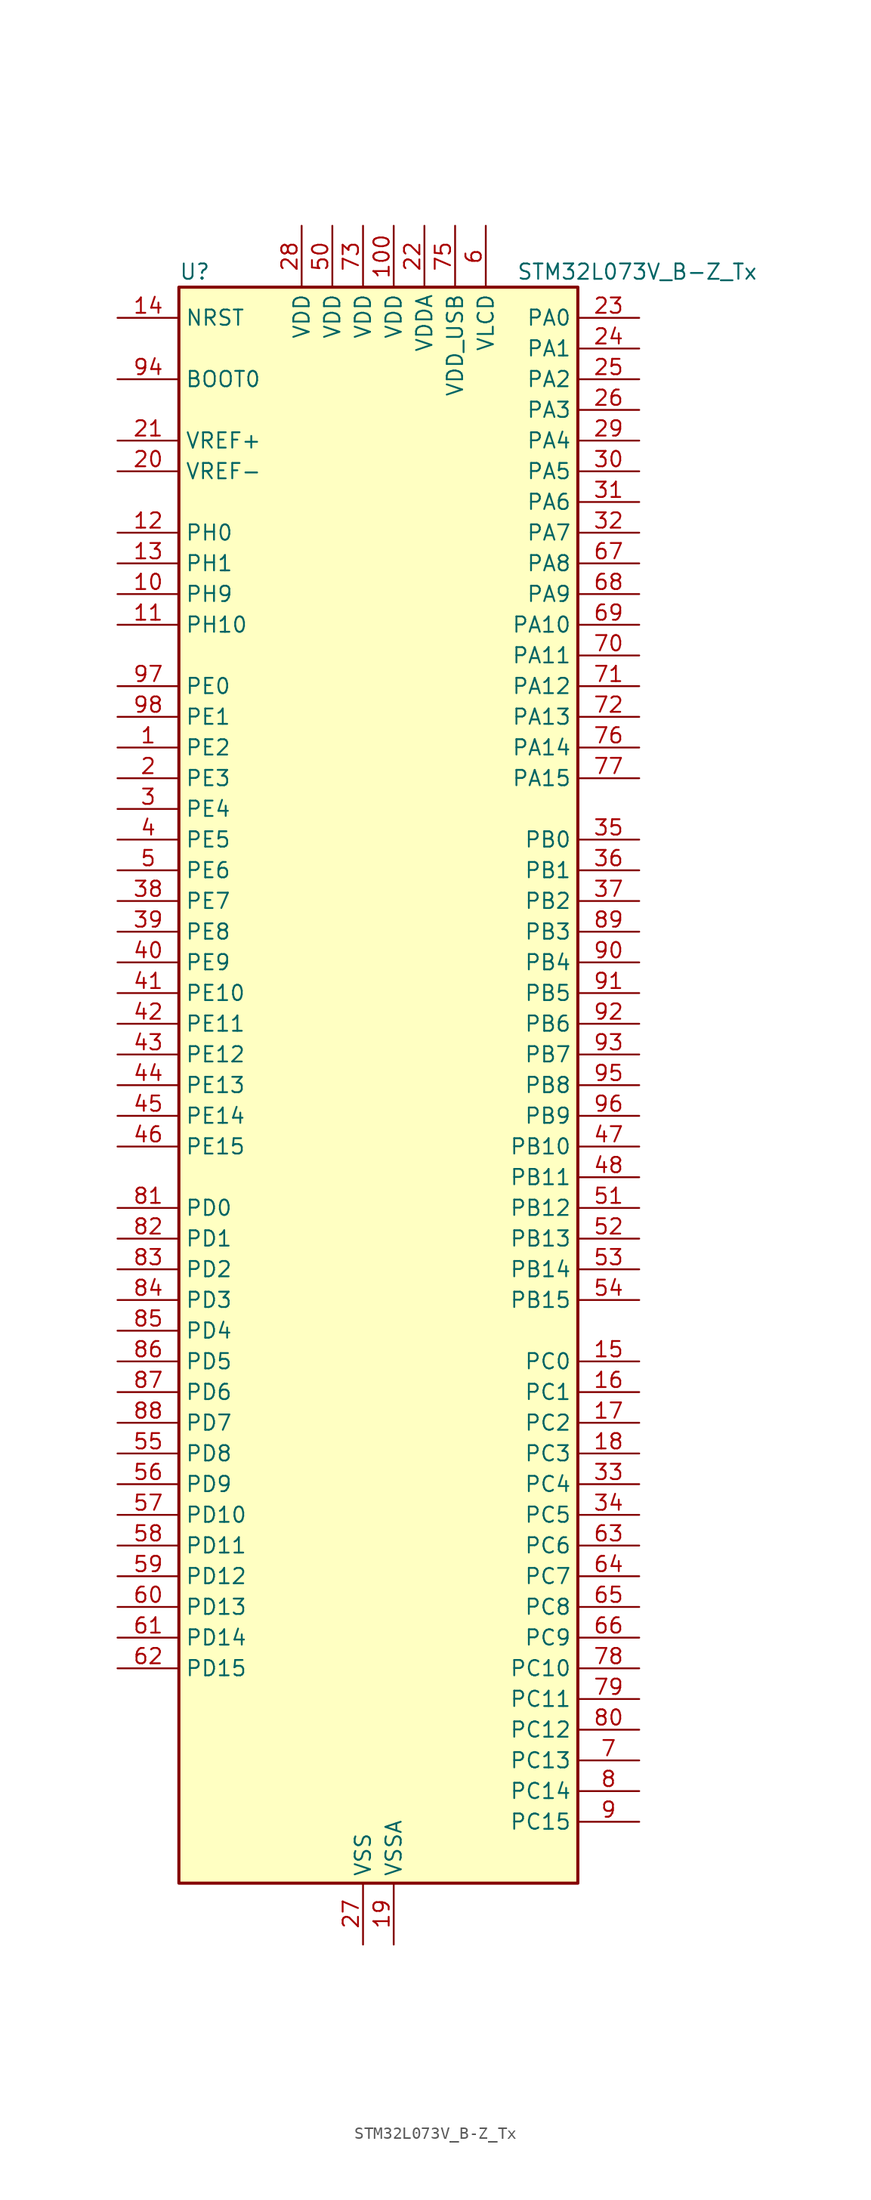
<source format=kicad_sym>
(kicad_symbol_lib
  (version 20220914)
  (generator kicad_symbol_editor)
  (symbol "STM32L073V_B-Z_Tx"
    (property "Reference" "U"
      (at -15.24 67.31 0)
      (effects (font (size 1.27 1.27)) (justify left)))
    (property "Value" "STM32L073V_B-Z_Tx"
      (at 12.7 67.31 0)
      (effects (font (size 1.27 1.27)) (justify left)))
    (property "ki_locked" ""
      (at 0 0 0)
      (effects (font (size 1.27 1.27))))
    (symbol "STM32L073V_B-Z_Tx_0_1"
      (rectangle (start -15.24 -66.04) (end 17.78 66.04) (stroke (width 0.254) (type default)) (fill (type background))))
    (symbol "STM32L073V_B-Z_Tx_1_1"
      (pin bidirectional line (at -20.32 27.94 0) (length 5.08) (name "PE2" (effects (font (size 1.27 1.27)))) (number "1" (effects (font (size 1.27 1.27)))) (alternate "LCD_SEG38" bidirectional line) (alternate "TIM3_ETR" bidirectional line))
      (pin bidirectional line (at -20.32 40.64 0) (length 5.08) (name "PH9" (effects (font (size 1.27 1.27)))) (number "10" (effects (font (size 1.27 1.27)))) (alternate "DAC_EXTI9" bidirectional line))
      (pin power_in line (at 2.54 71.12 270) (length 5.08) (name "VDD" (effects (font (size 1.27 1.27)))) (number "100" (effects (font (size 1.27 1.27)))))
      (pin bidirectional line (at -20.32 38.1 0) (length 5.08) (name "PH10" (effects (font (size 1.27 1.27)))) (number "11" (effects (font (size 1.27 1.27)))))
      (pin bidirectional line (at -20.32 45.72 0) (length 5.08) (name "PH0" (effects (font (size 1.27 1.27)))) (number "12" (effects (font (size 1.27 1.27)))) (alternate "CRS_SYNC" bidirectional line) (alternate "RCC_OSC_IN" bidirectional line))
      (pin bidirectional line (at -20.32 43.18 0) (length 5.08) (name "PH1" (effects (font (size 1.27 1.27)))) (number "13" (effects (font (size 1.27 1.27)))) (alternate "RCC_OSC_OUT" bidirectional line))
      (pin input line (at -20.32 63.5 0) (length 5.08) (name "NRST" (effects (font (size 1.27 1.27)))) (number "14" (effects (font (size 1.27 1.27)))))
      (pin bidirectional line (at 22.86 -22.86 180) (length 5.08) (name "PC0" (effects (font (size 1.27 1.27)))) (number "15" (effects (font (size 1.27 1.27)))) (alternate "ADC_IN10" bidirectional line) (alternate "I2C3_SCL" bidirectional line) (alternate "LCD_SEG18" bidirectional line) (alternate "LPTIM1_IN1" bidirectional line) (alternate "LPUART1_RX" bidirectional line) (alternate "TSC_G7_IO1" bidirectional line))
      (pin bidirectional line (at 22.86 -25.4 180) (length 5.08) (name "PC1" (effects (font (size 1.27 1.27)))) (number "16" (effects (font (size 1.27 1.27)))) (alternate "ADC_IN11" bidirectional line) (alternate "I2C3_SDA" bidirectional line) (alternate "LCD_SEG19" bidirectional line) (alternate "LPTIM1_OUT" bidirectional line) (alternate "LPUART1_TX" bidirectional line) (alternate "TSC_G7_IO2" bidirectional line))
      (pin bidirectional line (at 22.86 -27.94 180) (length 5.08) (name "PC2" (effects (font (size 1.27 1.27)))) (number "17" (effects (font (size 1.27 1.27)))) (alternate "ADC_IN12" bidirectional line) (alternate "I2S2_MCK" bidirectional line) (alternate "LCD_SEG20" bidirectional line) (alternate "LPTIM1_IN2" bidirectional line) (alternate "SPI2_MISO" bidirectional line) (alternate "TSC_G7_IO3" bidirectional line))
      (pin bidirectional line (at 22.86 -30.48 180) (length 5.08) (name "PC3" (effects (font (size 1.27 1.27)))) (number "18" (effects (font (size 1.27 1.27)))) (alternate "ADC_IN13" bidirectional line) (alternate "I2S2_SD" bidirectional line) (alternate "LCD_SEG21" bidirectional line) (alternate "LPTIM1_ETR" bidirectional line) (alternate "SPI2_MOSI" bidirectional line) (alternate "TSC_G7_IO4" bidirectional line))
      (pin power_in line (at 2.54 -71.12 90) (length 5.08) (name "VSSA" (effects (font (size 1.27 1.27)))) (number "19" (effects (font (size 1.27 1.27)))))
      (pin bidirectional line (at -20.32 25.4 0) (length 5.08) (name "PE3" (effects (font (size 1.27 1.27)))) (number "2" (effects (font (size 1.27 1.27)))) (alternate "LCD_SEG39" bidirectional line) (alternate "TIM22_CH1" bidirectional line) (alternate "TIM3_CH1" bidirectional line))
      (pin input line (at -20.32 50.8 0) (length 5.08) (name "VREF-" (effects (font (size 1.27 1.27)))) (number "20" (effects (font (size 1.27 1.27)))))
      (pin input line (at -20.32 53.34 0) (length 5.08) (name "VREF+" (effects (font (size 1.27 1.27)))) (number "21" (effects (font (size 1.27 1.27)))))
      (pin power_in line (at 5.08 71.12 270) (length 5.08) (name "VDDA" (effects (font (size 1.27 1.27)))) (number "22" (effects (font (size 1.27 1.27)))))
      (pin bidirectional line (at 22.86 63.5 180) (length 5.08) (name "PA0" (effects (font (size 1.27 1.27)))) (number "23" (effects (font (size 1.27 1.27)))) (alternate "ADC_IN0" bidirectional line) (alternate "COMP1_INM" bidirectional line) (alternate "COMP1_OUT" bidirectional line) (alternate "RTC_TAMP2" bidirectional line) (alternate "SYS_WKUP1" bidirectional line) (alternate "TIM2_CH1" bidirectional line) (alternate "TIM2_ETR" bidirectional line) (alternate "TSC_G1_IO1" bidirectional line) (alternate "USART2_CTS" bidirectional line) (alternate "USART4_TX" bidirectional line))
      (pin bidirectional line (at 22.86 60.96 180) (length 5.08) (name "PA1" (effects (font (size 1.27 1.27)))) (number "24" (effects (font (size 1.27 1.27)))) (alternate "ADC_IN1" bidirectional line) (alternate "COMP1_INP" bidirectional line) (alternate "LCD_SEG0" bidirectional line) (alternate "TIM21_ETR" bidirectional line) (alternate "TIM2_CH2" bidirectional line) (alternate "TSC_G1_IO2" bidirectional line) (alternate "USART2_DE" bidirectional line) (alternate "USART2_RTS" bidirectional line) (alternate "USART4_RX" bidirectional line))
      (pin bidirectional line (at 22.86 58.42 180) (length 5.08) (name "PA2" (effects (font (size 1.27 1.27)))) (number "25" (effects (font (size 1.27 1.27)))) (alternate "ADC_IN2" bidirectional line) (alternate "COMP2_INM" bidirectional line) (alternate "COMP2_OUT" bidirectional line) (alternate "LCD_SEG1" bidirectional line) (alternate "LPUART1_TX" bidirectional line) (alternate "TIM21_CH1" bidirectional line) (alternate "TIM2_CH3" bidirectional line) (alternate "TSC_G1_IO3" bidirectional line) (alternate "USART2_TX" bidirectional line))
      (pin bidirectional line (at 22.86 55.88 180) (length 5.08) (name "PA3" (effects (font (size 1.27 1.27)))) (number "26" (effects (font (size 1.27 1.27)))) (alternate "ADC_IN3" bidirectional line) (alternate "COMP2_INP" bidirectional line) (alternate "LCD_SEG2" bidirectional line) (alternate "LPUART1_RX" bidirectional line) (alternate "TIM21_CH2" bidirectional line) (alternate "TIM2_CH4" bidirectional line) (alternate "TSC_G1_IO4" bidirectional line) (alternate "USART2_RX" bidirectional line))
      (pin power_in line (at 0 -71.12 90) (length 5.08) (name "VSS" (effects (font (size 1.27 1.27)))) (number "27" (effects (font (size 1.27 1.27)))))
      (pin power_in line (at -5.08 71.12 270) (length 5.08) (name "VDD" (effects (font (size 1.27 1.27)))) (number "28" (effects (font (size 1.27 1.27)))))
      (pin bidirectional line (at 22.86 53.34 180) (length 5.08) (name "PA4" (effects (font (size 1.27 1.27)))) (number "29" (effects (font (size 1.27 1.27)))) (alternate "ADC_IN4" bidirectional line) (alternate "COMP1_INM" bidirectional line) (alternate "COMP2_INM" bidirectional line) (alternate "DAC_OUT1" bidirectional line) (alternate "SPI1_NSS" bidirectional line) (alternate "TIM22_ETR" bidirectional line) (alternate "TSC_G2_IO1" bidirectional line) (alternate "USART2_CK" bidirectional line))
      (pin bidirectional line (at -20.32 22.86 0) (length 5.08) (name "PE4" (effects (font (size 1.27 1.27)))) (number "3" (effects (font (size 1.27 1.27)))) (alternate "TIM22_CH2" bidirectional line) (alternate "TIM3_CH2" bidirectional line))
      (pin bidirectional line (at 22.86 50.8 180) (length 5.08) (name "PA5" (effects (font (size 1.27 1.27)))) (number "30" (effects (font (size 1.27 1.27)))) (alternate "ADC_IN5" bidirectional line) (alternate "COMP1_INM" bidirectional line) (alternate "COMP2_INM" bidirectional line) (alternate "DAC_OUT2" bidirectional line) (alternate "SPI1_SCK" bidirectional line) (alternate "TIM2_CH1" bidirectional line) (alternate "TIM2_ETR" bidirectional line) (alternate "TSC_G2_IO2" bidirectional line))
      (pin bidirectional line (at 22.86 48.26 180) (length 5.08) (name "PA6" (effects (font (size 1.27 1.27)))) (number "31" (effects (font (size 1.27 1.27)))) (alternate "ADC_IN6" bidirectional line) (alternate "COMP1_OUT" bidirectional line) (alternate "LCD_SEG3" bidirectional line) (alternate "LPUART1_CTS" bidirectional line) (alternate "SPI1_MISO" bidirectional line) (alternate "TIM22_CH1" bidirectional line) (alternate "TIM3_CH1" bidirectional line) (alternate "TSC_G2_IO3" bidirectional line))
      (pin bidirectional line (at 22.86 45.72 180) (length 5.08) (name "PA7" (effects (font (size 1.27 1.27)))) (number "32" (effects (font (size 1.27 1.27)))) (alternate "ADC_IN7" bidirectional line) (alternate "COMP2_OUT" bidirectional line) (alternate "LCD_SEG4" bidirectional line) (alternate "SPI1_MOSI" bidirectional line) (alternate "TIM22_CH2" bidirectional line) (alternate "TIM3_CH2" bidirectional line) (alternate "TSC_G2_IO4" bidirectional line))
      (pin bidirectional line (at 22.86 -33.02 180) (length 5.08) (name "PC4" (effects (font (size 1.27 1.27)))) (number "33" (effects (font (size 1.27 1.27)))) (alternate "ADC_IN14" bidirectional line) (alternate "LCD_SEG22" bidirectional line) (alternate "LPUART1_TX" bidirectional line))
      (pin bidirectional line (at 22.86 -35.56 180) (length 5.08) (name "PC5" (effects (font (size 1.27 1.27)))) (number "34" (effects (font (size 1.27 1.27)))) (alternate "ADC_IN15" bidirectional line) (alternate "LCD_SEG23" bidirectional line) (alternate "LPUART1_RX" bidirectional line) (alternate "TSC_G3_IO1" bidirectional line))
      (pin bidirectional line (at 22.86 20.32 180) (length 5.08) (name "PB0" (effects (font (size 1.27 1.27)))) (number "35" (effects (font (size 1.27 1.27)))) (alternate "ADC_IN8" bidirectional line) (alternate "LCD_SEG5" bidirectional line) (alternate "LCD_VLCD3" bidirectional line) (alternate "SYS_VREF_OUT_PB0" bidirectional line) (alternate "TIM3_CH3" bidirectional line) (alternate "TSC_G3_IO2" bidirectional line))
      (pin bidirectional line (at 22.86 17.78 180) (length 5.08) (name "PB1" (effects (font (size 1.27 1.27)))) (number "36" (effects (font (size 1.27 1.27)))) (alternate "ADC_IN9" bidirectional line) (alternate "LCD_SEG6" bidirectional line) (alternate "LPUART1_DE" bidirectional line) (alternate "LPUART1_RTS" bidirectional line) (alternate "SYS_VREF_OUT_PB1" bidirectional line) (alternate "TIM3_CH4" bidirectional line) (alternate "TSC_G3_IO3" bidirectional line))
      (pin bidirectional line (at 22.86 15.24 180) (length 5.08) (name "PB2" (effects (font (size 1.27 1.27)))) (number "37" (effects (font (size 1.27 1.27)))) (alternate "I2C3_SMBA" bidirectional line) (alternate "LCD_VLCD2" bidirectional line) (alternate "LPTIM1_OUT" bidirectional line) (alternate "TSC_G3_IO4" bidirectional line))
      (pin bidirectional line (at -20.32 15.24 0) (length 5.08) (name "PE7" (effects (font (size 1.27 1.27)))) (number "38" (effects (font (size 1.27 1.27)))) (alternate "LCD_SEG45" bidirectional line) (alternate "USART5_CK" bidirectional line) (alternate "USART5_DE" bidirectional line) (alternate "USART5_RTS" bidirectional line))
      (pin bidirectional line (at -20.32 12.7 0) (length 5.08) (name "PE8" (effects (font (size 1.27 1.27)))) (number "39" (effects (font (size 1.27 1.27)))) (alternate "LCD_SEG46" bidirectional line) (alternate "USART4_TX" bidirectional line))
      (pin bidirectional line (at -20.32 20.32 0) (length 5.08) (name "PE5" (effects (font (size 1.27 1.27)))) (number "4" (effects (font (size 1.27 1.27)))) (alternate "TIM21_CH1" bidirectional line) (alternate "TIM3_CH3" bidirectional line))
      (pin bidirectional line (at -20.32 10.16 0) (length 5.08) (name "PE9" (effects (font (size 1.27 1.27)))) (number "40" (effects (font (size 1.27 1.27)))) (alternate "DAC_EXTI9" bidirectional line) (alternate "LCD_SEG47" bidirectional line) (alternate "TIM2_CH1" bidirectional line) (alternate "TIM2_ETR" bidirectional line) (alternate "USART4_RX" bidirectional line))
      (pin bidirectional line (at -20.32 7.62 0) (length 5.08) (name "PE10" (effects (font (size 1.27 1.27)))) (number "41" (effects (font (size 1.27 1.27)))) (alternate "LCD_SEG40" bidirectional line) (alternate "TIM2_CH2" bidirectional line) (alternate "USART5_TX" bidirectional line))
      (pin bidirectional line (at -20.32 5.08 0) (length 5.08) (name "PE11" (effects (font (size 1.27 1.27)))) (number "42" (effects (font (size 1.27 1.27)))) (alternate "ADC_EXTI11" bidirectional line) (alternate "LCD_VLCD1" bidirectional line) (alternate "TIM2_CH3" bidirectional line) (alternate "USART5_RX" bidirectional line))
      (pin bidirectional line (at -20.32 2.54 0) (length 5.08) (name "PE12" (effects (font (size 1.27 1.27)))) (number "43" (effects (font (size 1.27 1.27)))) (alternate "LCD_VLCD3" bidirectional line) (alternate "SPI1_NSS" bidirectional line) (alternate "TIM2_CH4" bidirectional line))
      (pin bidirectional line (at -20.32 0 0) (length 5.08) (name "PE13" (effects (font (size 1.27 1.27)))) (number "44" (effects (font (size 1.27 1.27)))) (alternate "LCD_SEG41" bidirectional line) (alternate "SPI1_SCK" bidirectional line))
      (pin bidirectional line (at -20.32 -2.54 0) (length 5.08) (name "PE14" (effects (font (size 1.27 1.27)))) (number "45" (effects (font (size 1.27 1.27)))) (alternate "LCD_SEG42" bidirectional line) (alternate "SPI1_MISO" bidirectional line))
      (pin bidirectional line (at -20.32 -5.08 0) (length 5.08) (name "PE15" (effects (font (size 1.27 1.27)))) (number "46" (effects (font (size 1.27 1.27)))) (alternate "LCD_SEG43" bidirectional line) (alternate "SPI1_MOSI" bidirectional line))
      (pin bidirectional line (at 22.86 -5.08 180) (length 5.08) (name "PB10" (effects (font (size 1.27 1.27)))) (number "47" (effects (font (size 1.27 1.27)))) (alternate "I2C2_SCL" bidirectional line) (alternate "LCD_SEG10" bidirectional line) (alternate "LPUART1_RX" bidirectional line) (alternate "LPUART1_TX" bidirectional line) (alternate "SPI2_SCK" bidirectional line) (alternate "TIM2_CH3" bidirectional line) (alternate "TSC_SYNC" bidirectional line))
      (pin bidirectional line (at 22.86 -7.62 180) (length 5.08) (name "PB11" (effects (font (size 1.27 1.27)))) (number "48" (effects (font (size 1.27 1.27)))) (alternate "ADC_EXTI11" bidirectional line) (alternate "I2C2_SDA" bidirectional line) (alternate "LCD_SEG11" bidirectional line) (alternate "LPUART1_RX" bidirectional line) (alternate "LPUART1_TX" bidirectional line) (alternate "TIM2_CH4" bidirectional line) (alternate "TSC_G6_IO1" bidirectional line))
      (pin passive line (at 0 -71.12 90) (length 5.08) hide (name "VSS" (effects (font (size 1.27 1.27)))) (number "49" (effects (font (size 1.27 1.27)))))
      (pin bidirectional line (at -20.32 17.78 0) (length 5.08) (name "PE6" (effects (font (size 1.27 1.27)))) (number "5" (effects (font (size 1.27 1.27)))) (alternate "RTC_TAMP3" bidirectional line) (alternate "SYS_WKUP3" bidirectional line) (alternate "TIM21_CH2" bidirectional line) (alternate "TIM3_CH4" bidirectional line))
      (pin power_in line (at -2.54 71.12 270) (length 5.08) (name "VDD" (effects (font (size 1.27 1.27)))) (number "50" (effects (font (size 1.27 1.27)))))
      (pin bidirectional line (at 22.86 -10.16 180) (length 5.08) (name "PB12" (effects (font (size 1.27 1.27)))) (number "51" (effects (font (size 1.27 1.27)))) (alternate "I2S2_WS" bidirectional line) (alternate "LCD_SEG12" bidirectional line) (alternate "LCD_VLCD2" bidirectional line) (alternate "LPUART1_DE" bidirectional line) (alternate "LPUART1_RTS" bidirectional line) (alternate "SPI2_NSS" bidirectional line) (alternate "TSC_G6_IO2" bidirectional line))
      (pin bidirectional line (at 22.86 -12.7 180) (length 5.08) (name "PB13" (effects (font (size 1.27 1.27)))) (number "52" (effects (font (size 1.27 1.27)))) (alternate "I2C2_SCL" bidirectional line) (alternate "I2S2_CK" bidirectional line) (alternate "LCD_SEG13" bidirectional line) (alternate "LPUART1_CTS" bidirectional line) (alternate "RCC_MCO" bidirectional line) (alternate "SPI2_SCK" bidirectional line) (alternate "TIM21_CH1" bidirectional line) (alternate "TSC_G6_IO3" bidirectional line))
      (pin bidirectional line (at 22.86 -15.24 180) (length 5.08) (name "PB14" (effects (font (size 1.27 1.27)))) (number "53" (effects (font (size 1.27 1.27)))) (alternate "I2C2_SDA" bidirectional line) (alternate "I2S2_MCK" bidirectional line) (alternate "LCD_SEG14" bidirectional line) (alternate "LPUART1_DE" bidirectional line) (alternate "LPUART1_RTS" bidirectional line) (alternate "RTC_OUT_ALARM" bidirectional line) (alternate "RTC_OUT_CALIB" bidirectional line) (alternate "SPI2_MISO" bidirectional line) (alternate "TIM21_CH2" bidirectional line) (alternate "TSC_G6_IO4" bidirectional line))
      (pin bidirectional line (at 22.86 -17.78 180) (length 5.08) (name "PB15" (effects (font (size 1.27 1.27)))) (number "54" (effects (font (size 1.27 1.27)))) (alternate "I2S2_SD" bidirectional line) (alternate "LCD_SEG15" bidirectional line) (alternate "RTC_REFIN" bidirectional line) (alternate "SPI2_MOSI" bidirectional line))
      (pin bidirectional line (at -20.32 -30.48 0) (length 5.08) (name "PD8" (effects (font (size 1.27 1.27)))) (number "55" (effects (font (size 1.27 1.27)))) (alternate "LCD_SEG28" bidirectional line) (alternate "LPUART1_TX" bidirectional line))
      (pin bidirectional line (at -20.32 -33.02 0) (length 5.08) (name "PD9" (effects (font (size 1.27 1.27)))) (number "56" (effects (font (size 1.27 1.27)))) (alternate "DAC_EXTI9" bidirectional line) (alternate "LCD_SEG29" bidirectional line) (alternate "LPUART1_RX" bidirectional line))
      (pin bidirectional line (at -20.32 -35.56 0) (length 5.08) (name "PD10" (effects (font (size 1.27 1.27)))) (number "57" (effects (font (size 1.27 1.27)))) (alternate "LCD_SEG30" bidirectional line))
      (pin bidirectional line (at -20.32 -38.1 0) (length 5.08) (name "PD11" (effects (font (size 1.27 1.27)))) (number "58" (effects (font (size 1.27 1.27)))) (alternate "ADC_EXTI11" bidirectional line) (alternate "LCD_SEG31" bidirectional line) (alternate "LPUART1_CTS" bidirectional line))
      (pin bidirectional line (at -20.32 -40.64 0) (length 5.08) (name "PD12" (effects (font (size 1.27 1.27)))) (number "59" (effects (font (size 1.27 1.27)))) (alternate "LCD_SEG32" bidirectional line) (alternate "LPUART1_DE" bidirectional line) (alternate "LPUART1_RTS" bidirectional line))
      (pin power_in line (at 10.16 71.12 270) (length 5.08) (name "VLCD" (effects (font (size 1.27 1.27)))) (number "6" (effects (font (size 1.27 1.27)))))
      (pin bidirectional line (at -20.32 -43.18 0) (length 5.08) (name "PD13" (effects (font (size 1.27 1.27)))) (number "60" (effects (font (size 1.27 1.27)))) (alternate "LCD_SEG33" bidirectional line))
      (pin bidirectional line (at -20.32 -45.72 0) (length 5.08) (name "PD14" (effects (font (size 1.27 1.27)))) (number "61" (effects (font (size 1.27 1.27)))) (alternate "LCD_SEG34" bidirectional line))
      (pin bidirectional line (at -20.32 -48.26 0) (length 5.08) (name "PD15" (effects (font (size 1.27 1.27)))) (number "62" (effects (font (size 1.27 1.27)))) (alternate "CRS_SYNC" bidirectional line) (alternate "LCD_SEG35" bidirectional line))
      (pin bidirectional line (at 22.86 -38.1 180) (length 5.08) (name "PC6" (effects (font (size 1.27 1.27)))) (number "63" (effects (font (size 1.27 1.27)))) (alternate "LCD_SEG24" bidirectional line) (alternate "TIM22_CH1" bidirectional line) (alternate "TIM3_CH1" bidirectional line) (alternate "TSC_G8_IO1" bidirectional line))
      (pin bidirectional line (at 22.86 -40.64 180) (length 5.08) (name "PC7" (effects (font (size 1.27 1.27)))) (number "64" (effects (font (size 1.27 1.27)))) (alternate "LCD_SEG25" bidirectional line) (alternate "TIM22_CH2" bidirectional line) (alternate "TIM3_CH2" bidirectional line) (alternate "TSC_G8_IO2" bidirectional line))
      (pin bidirectional line (at 22.86 -43.18 180) (length 5.08) (name "PC8" (effects (font (size 1.27 1.27)))) (number "65" (effects (font (size 1.27 1.27)))) (alternate "LCD_SEG26" bidirectional line) (alternate "TIM22_ETR" bidirectional line) (alternate "TIM3_CH3" bidirectional line) (alternate "TSC_G8_IO3" bidirectional line))
      (pin bidirectional line (at 22.86 -45.72 180) (length 5.08) (name "PC9" (effects (font (size 1.27 1.27)))) (number "66" (effects (font (size 1.27 1.27)))) (alternate "DAC_EXTI9" bidirectional line) (alternate "I2C3_SDA" bidirectional line) (alternate "LCD_SEG27" bidirectional line) (alternate "TIM21_ETR" bidirectional line) (alternate "TIM3_CH4" bidirectional line) (alternate "TSC_G8_IO4" bidirectional line) (alternate "USB_NOE" bidirectional line))
      (pin bidirectional line (at 22.86 43.18 180) (length 5.08) (name "PA8" (effects (font (size 1.27 1.27)))) (number "67" (effects (font (size 1.27 1.27)))) (alternate "CRS_SYNC" bidirectional line) (alternate "I2C3_SCL" bidirectional line) (alternate "LCD_COM0" bidirectional line) (alternate "RCC_MCO" bidirectional line) (alternate "USART1_CK" bidirectional line))
      (pin bidirectional line (at 22.86 40.64 180) (length 5.08) (name "PA9" (effects (font (size 1.27 1.27)))) (number "68" (effects (font (size 1.27 1.27)))) (alternate "DAC_EXTI9" bidirectional line) (alternate "I2C1_SCL" bidirectional line) (alternate "I2C3_SMBA" bidirectional line) (alternate "LCD_COM1" bidirectional line) (alternate "RCC_MCO" bidirectional line) (alternate "TSC_G4_IO1" bidirectional line) (alternate "USART1_TX" bidirectional line))
      (pin bidirectional line (at 22.86 38.1 180) (length 5.08) (name "PA10" (effects (font (size 1.27 1.27)))) (number "69" (effects (font (size 1.27 1.27)))) (alternate "I2C1_SDA" bidirectional line) (alternate "LCD_COM2" bidirectional line) (alternate "TSC_G4_IO2" bidirectional line) (alternate "USART1_RX" bidirectional line))
      (pin bidirectional line (at 22.86 -55.88 180) (length 5.08) (name "PC13" (effects (font (size 1.27 1.27)))) (number "7" (effects (font (size 1.27 1.27)))) (alternate "RTC_OUT_ALARM" bidirectional line) (alternate "RTC_OUT_CALIB" bidirectional line) (alternate "RTC_TAMP1" bidirectional line) (alternate "RTC_TS" bidirectional line) (alternate "SYS_WKUP2" bidirectional line))
      (pin bidirectional line (at 22.86 35.56 180) (length 5.08) (name "PA11" (effects (font (size 1.27 1.27)))) (number "70" (effects (font (size 1.27 1.27)))) (alternate "ADC_EXTI11" bidirectional line) (alternate "COMP1_OUT" bidirectional line) (alternate "SPI1_MISO" bidirectional line) (alternate "TSC_G4_IO3" bidirectional line) (alternate "USART1_CTS" bidirectional line) (alternate "USB_DM" bidirectional line))
      (pin bidirectional line (at 22.86 33.02 180) (length 5.08) (name "PA12" (effects (font (size 1.27 1.27)))) (number "71" (effects (font (size 1.27 1.27)))) (alternate "COMP2_OUT" bidirectional line) (alternate "SPI1_MOSI" bidirectional line) (alternate "TSC_G4_IO4" bidirectional line) (alternate "USART1_DE" bidirectional line) (alternate "USART1_RTS" bidirectional line) (alternate "USB_DP" bidirectional line))
      (pin bidirectional line (at 22.86 30.48 180) (length 5.08) (name "PA13" (effects (font (size 1.27 1.27)))) (number "72" (effects (font (size 1.27 1.27)))) (alternate "LPUART1_RX" bidirectional line) (alternate "SYS_SWDIO" bidirectional line) (alternate "USB_NOE" bidirectional line))
      (pin power_in line (at 0 71.12 270) (length 5.08) (name "VDD" (effects (font (size 1.27 1.27)))) (number "73" (effects (font (size 1.27 1.27)))))
      (pin passive line (at 0 -71.12 90) (length 5.08) hide (name "VSS" (effects (font (size 1.27 1.27)))) (number "74" (effects (font (size 1.27 1.27)))))
      (pin power_in line (at 7.62 71.12 270) (length 5.08) (name "VDD_USB" (effects (font (size 1.27 1.27)))) (number "75" (effects (font (size 1.27 1.27)))))
      (pin bidirectional line (at 22.86 27.94 180) (length 5.08) (name "PA14" (effects (font (size 1.27 1.27)))) (number "76" (effects (font (size 1.27 1.27)))) (alternate "LPUART1_TX" bidirectional line) (alternate "SYS_SWCLK" bidirectional line) (alternate "USART2_TX" bidirectional line))
      (pin bidirectional line (at 22.86 25.4 180) (length 5.08) (name "PA15" (effects (font (size 1.27 1.27)))) (number "77" (effects (font (size 1.27 1.27)))) (alternate "LCD_SEG17" bidirectional line) (alternate "SPI1_NSS" bidirectional line) (alternate "TIM2_CH1" bidirectional line) (alternate "TIM2_ETR" bidirectional line) (alternate "USART2_RX" bidirectional line) (alternate "USART4_DE" bidirectional line) (alternate "USART4_RTS" bidirectional line))
      (pin bidirectional line (at 22.86 -48.26 180) (length 5.08) (name "PC10" (effects (font (size 1.27 1.27)))) (number "78" (effects (font (size 1.27 1.27)))) (alternate "LCD_COM4" bidirectional line) (alternate "LCD_SEG28" bidirectional line) (alternate "LCD_SEG48" bidirectional line) (alternate "LPUART1_TX" bidirectional line) (alternate "USART4_TX" bidirectional line))
      (pin bidirectional line (at 22.86 -50.8 180) (length 5.08) (name "PC11" (effects (font (size 1.27 1.27)))) (number "79" (effects (font (size 1.27 1.27)))) (alternate "ADC_EXTI11" bidirectional line) (alternate "LCD_COM5" bidirectional line) (alternate "LCD_SEG29" bidirectional line) (alternate "LCD_SEG49" bidirectional line) (alternate "LPUART1_RX" bidirectional line) (alternate "USART4_RX" bidirectional line))
      (pin bidirectional line (at 22.86 -58.42 180) (length 5.08) (name "PC14" (effects (font (size 1.27 1.27)))) (number "8" (effects (font (size 1.27 1.27)))) (alternate "RCC_OSC32_IN" bidirectional line))
      (pin bidirectional line (at 22.86 -53.34 180) (length 5.08) (name "PC12" (effects (font (size 1.27 1.27)))) (number "80" (effects (font (size 1.27 1.27)))) (alternate "LCD_COM6" bidirectional line) (alternate "LCD_SEG30" bidirectional line) (alternate "LCD_SEG50" bidirectional line) (alternate "USART4_CK" bidirectional line) (alternate "USART5_TX" bidirectional line))
      (pin bidirectional line (at -20.32 -10.16 0) (length 5.08) (name "PD0" (effects (font (size 1.27 1.27)))) (number "81" (effects (font (size 1.27 1.27)))) (alternate "I2S2_WS" bidirectional line) (alternate "SPI2_NSS" bidirectional line) (alternate "TIM21_CH1" bidirectional line))
      (pin bidirectional line (at -20.32 -12.7 0) (length 5.08) (name "PD1" (effects (font (size 1.27 1.27)))) (number "82" (effects (font (size 1.27 1.27)))) (alternate "I2S2_CK" bidirectional line) (alternate "SPI2_SCK" bidirectional line))
      (pin bidirectional line (at -20.32 -15.24 0) (length 5.08) (name "PD2" (effects (font (size 1.27 1.27)))) (number "83" (effects (font (size 1.27 1.27)))) (alternate "LCD_COM7" bidirectional line) (alternate "LCD_SEG31" bidirectional line) (alternate "LCD_SEG51" bidirectional line) (alternate "LPUART1_DE" bidirectional line) (alternate "LPUART1_RTS" bidirectional line) (alternate "TIM3_ETR" bidirectional line) (alternate "USART5_RX" bidirectional line))
      (pin bidirectional line (at -20.32 -17.78 0) (length 5.08) (name "PD3" (effects (font (size 1.27 1.27)))) (number "84" (effects (font (size 1.27 1.27)))) (alternate "I2S2_MCK" bidirectional line) (alternate "LCD_SEG44" bidirectional line) (alternate "SPI2_MISO" bidirectional line) (alternate "USART2_CTS" bidirectional line))
      (pin bidirectional line (at -20.32 -20.32 0) (length 5.08) (name "PD4" (effects (font (size 1.27 1.27)))) (number "85" (effects (font (size 1.27 1.27)))) (alternate "I2S2_SD" bidirectional line) (alternate "SPI2_MOSI" bidirectional line) (alternate "USART2_DE" bidirectional line) (alternate "USART2_RTS" bidirectional line))
      (pin bidirectional line (at -20.32 -22.86 0) (length 5.08) (name "PD5" (effects (font (size 1.27 1.27)))) (number "86" (effects (font (size 1.27 1.27)))) (alternate "USART2_TX" bidirectional line))
      (pin bidirectional line (at -20.32 -25.4 0) (length 5.08) (name "PD6" (effects (font (size 1.27 1.27)))) (number "87" (effects (font (size 1.27 1.27)))) (alternate "USART2_RX" bidirectional line))
      (pin bidirectional line (at -20.32 -27.94 0) (length 5.08) (name "PD7" (effects (font (size 1.27 1.27)))) (number "88" (effects (font (size 1.27 1.27)))) (alternate "TIM21_CH2" bidirectional line) (alternate "USART2_CK" bidirectional line))
      (pin bidirectional line (at 22.86 12.7 180) (length 5.08) (name "PB3" (effects (font (size 1.27 1.27)))) (number "89" (effects (font (size 1.27 1.27)))) (alternate "COMP2_INM" bidirectional line) (alternate "LCD_SEG7" bidirectional line) (alternate "SPI1_SCK" bidirectional line) (alternate "TIM2_CH2" bidirectional line) (alternate "TSC_G5_IO1" bidirectional line) (alternate "USART1_DE" bidirectional line) (alternate "USART1_RTS" bidirectional line) (alternate "USART5_TX" bidirectional line))
      (pin bidirectional line (at 22.86 -60.96 180) (length 5.08) (name "PC15" (effects (font (size 1.27 1.27)))) (number "9" (effects (font (size 1.27 1.27)))) (alternate "RCC_OSC32_OUT" bidirectional line))
      (pin bidirectional line (at 22.86 10.16 180) (length 5.08) (name "PB4" (effects (font (size 1.27 1.27)))) (number "90" (effects (font (size 1.27 1.27)))) (alternate "COMP2_INP" bidirectional line) (alternate "I2C3_SDA" bidirectional line) (alternate "LCD_SEG8" bidirectional line) (alternate "SPI1_MISO" bidirectional line) (alternate "TIM22_CH1" bidirectional line) (alternate "TIM3_CH1" bidirectional line) (alternate "TSC_G5_IO2" bidirectional line) (alternate "USART1_CTS" bidirectional line) (alternate "USART5_RX" bidirectional line))
      (pin bidirectional line (at 22.86 7.62 180) (length 5.08) (name "PB5" (effects (font (size 1.27 1.27)))) (number "91" (effects (font (size 1.27 1.27)))) (alternate "COMP2_INP" bidirectional line) (alternate "I2C1_SMBA" bidirectional line) (alternate "LCD_SEG9" bidirectional line) (alternate "LPTIM1_IN1" bidirectional line) (alternate "SPI1_MOSI" bidirectional line) (alternate "TIM22_CH2" bidirectional line) (alternate "TIM3_CH2" bidirectional line) (alternate "USART1_CK" bidirectional line) (alternate "USART5_CK" bidirectional line) (alternate "USART5_DE" bidirectional line) (alternate "USART5_RTS" bidirectional line))
      (pin bidirectional line (at 22.86 5.08 180) (length 5.08) (name "PB6" (effects (font (size 1.27 1.27)))) (number "92" (effects (font (size 1.27 1.27)))) (alternate "COMP2_INP" bidirectional line) (alternate "I2C1_SCL" bidirectional line) (alternate "LPTIM1_ETR" bidirectional line) (alternate "TSC_G5_IO3" bidirectional line) (alternate "USART1_TX" bidirectional line))
      (pin bidirectional line (at 22.86 2.54 180) (length 5.08) (name "PB7" (effects (font (size 1.27 1.27)))) (number "93" (effects (font (size 1.27 1.27)))) (alternate "COMP2_INP" bidirectional line) (alternate "I2C1_SDA" bidirectional line) (alternate "LPTIM1_IN2" bidirectional line) (alternate "SYS_PVD_IN" bidirectional line) (alternate "TSC_G5_IO4" bidirectional line) (alternate "USART1_RX" bidirectional line) (alternate "USART4_CTS" bidirectional line))
      (pin input line (at -20.32 58.42 0) (length 5.08) (name "BOOT0" (effects (font (size 1.27 1.27)))) (number "94" (effects (font (size 1.27 1.27)))))
      (pin bidirectional line (at 22.86 0 180) (length 5.08) (name "PB8" (effects (font (size 1.27 1.27)))) (number "95" (effects (font (size 1.27 1.27)))) (alternate "I2C1_SCL" bidirectional line) (alternate "LCD_SEG16" bidirectional line) (alternate "TSC_SYNC" bidirectional line))
      (pin bidirectional line (at 22.86 -2.54 180) (length 5.08) (name "PB9" (effects (font (size 1.27 1.27)))) (number "96" (effects (font (size 1.27 1.27)))) (alternate "DAC_EXTI9" bidirectional line) (alternate "I2C1_SDA" bidirectional line) (alternate "I2S2_WS" bidirectional line) (alternate "LCD_COM3" bidirectional line) (alternate "SPI2_NSS" bidirectional line))
      (pin bidirectional line (at -20.32 33.02 0) (length 5.08) (name "PE0" (effects (font (size 1.27 1.27)))) (number "97" (effects (font (size 1.27 1.27)))) (alternate "LCD_SEG36" bidirectional line))
      (pin bidirectional line (at -20.32 30.48 0) (length 5.08) (name "PE1" (effects (font (size 1.27 1.27)))) (number "98" (effects (font (size 1.27 1.27)))) (alternate "LCD_SEG37" bidirectional line))
      (pin passive line (at 0 -71.12 90) (length 5.08) hide (name "VSS" (effects (font (size 1.27 1.27)))) (number "99" (effects (font (size 1.27 1.27))))))))
</source>
